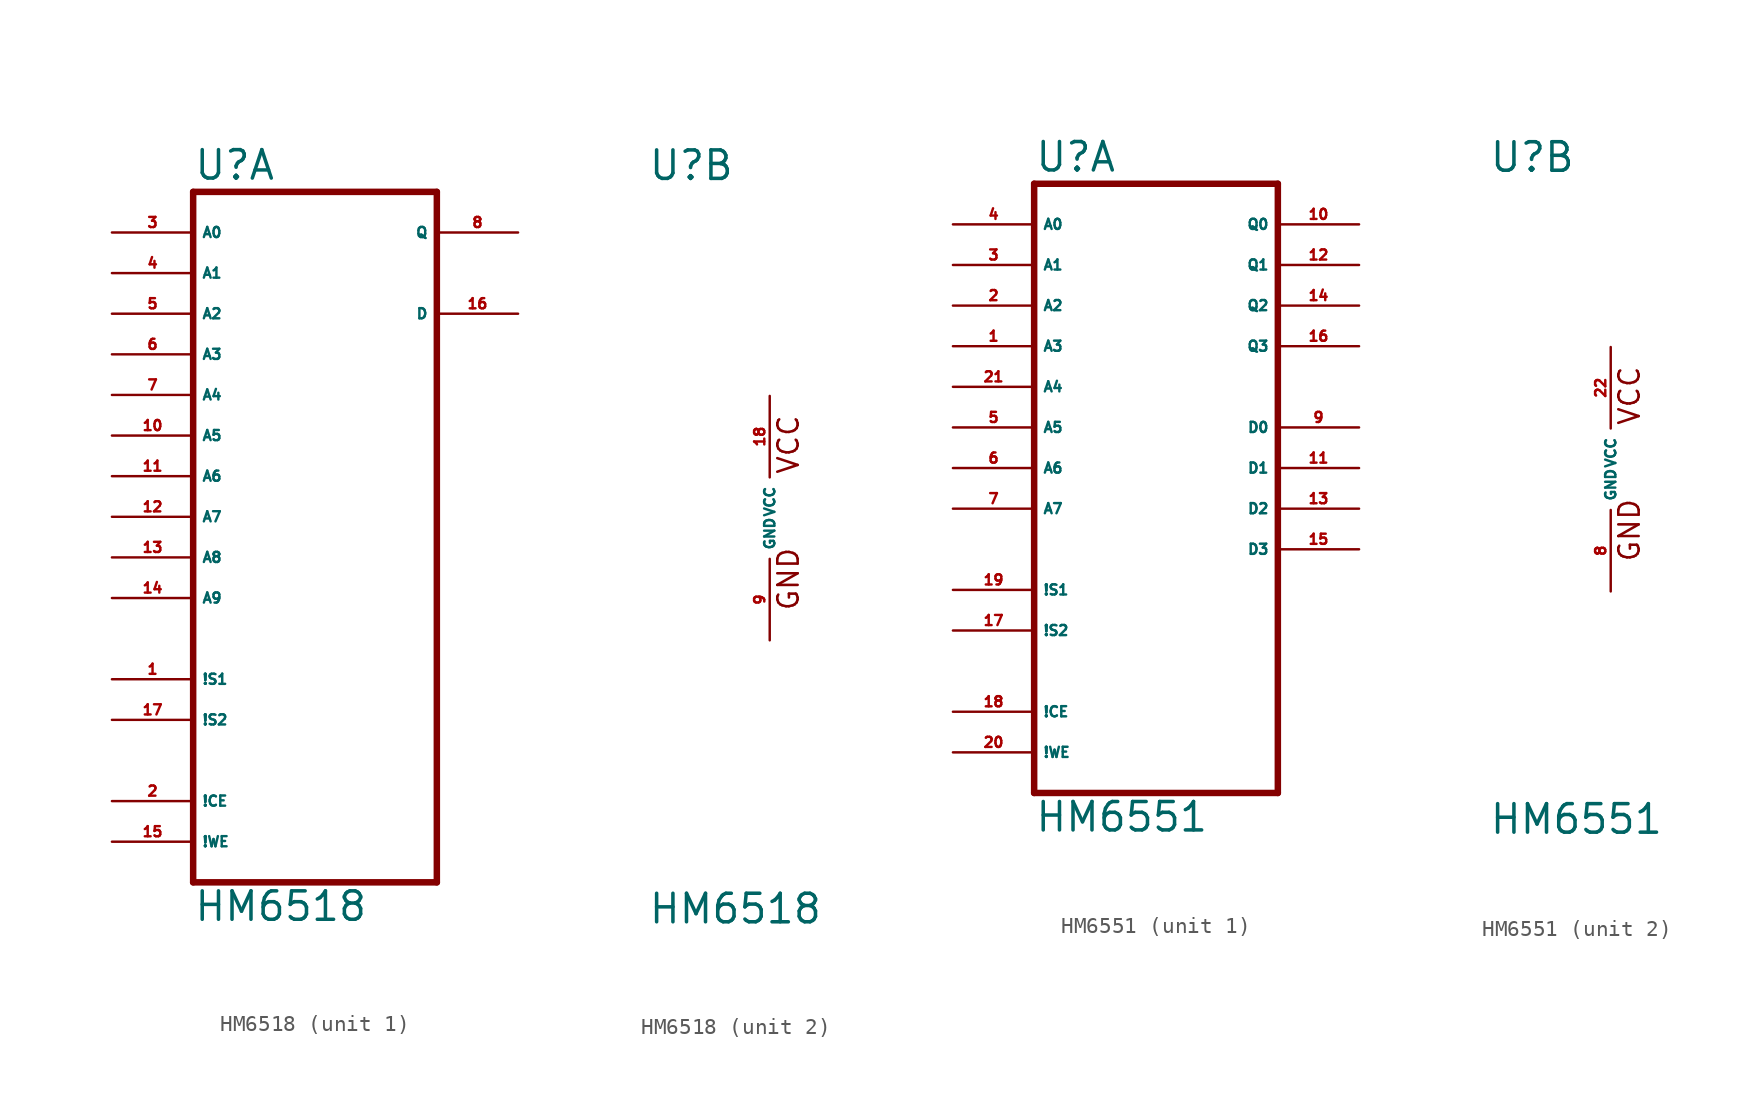
<source format=kicad_sym>
(kicad_symbol_lib
  (version 20220914)
  (generator Eagle2Kicad)
  (symbol "HM6518"
    (property "Reference" "U"
      (at -7.62 20.955 0)
      (effects (font (size 1.778 1.778) (thickness 0.22)) (justify left bottom)))
    (property "Value" "HM6518"
      (at -7.62 -25.4 0)
      (effects (font (size 1.778 1.778) (thickness 0.22)) (justify left bottom)))
    (symbol "HM6518_1_0"
      (polyline (pts (xy -7.62 -22.86) (xy 7.62 -22.86)) (stroke (width 0.406) (type default)) (fill (type none)))
      (polyline (pts (xy 7.62 -22.86) (xy 7.62 20.32)) (stroke (width 0.406) (type default)) (fill (type none)))
      (polyline (pts (xy 7.62 20.32) (xy -7.62 20.32)) (stroke (width 0.406) (type default)) (fill (type none)))
      (polyline (pts (xy -7.62 20.32) (xy -7.62 -22.86)) (stroke (width 0.406) (type default)) (fill (type none)))
      (pin input line (at -12.7 -10.16 0) (length 5.08) (name "!S1" (effects (font (size 0.635 0.635) (thickness 0.08)) (justify left bottom))) (number "1" (effects (font (size 0.635 0.635) (thickness 0.08)) (justify left bottom))))
      (pin input line (at -12.7 -17.78 0) (length 5.08) (name "!CE" (effects (font (size 0.635 0.635) (thickness 0.08)) (justify left bottom))) (number "2" (effects (font (size 0.635 0.635) (thickness 0.08)) (justify left bottom))))
      (pin input line (at -12.7 17.78 0) (length 5.08) (name "A0" (effects (font (size 0.635 0.635) (thickness 0.08)) (justify left bottom))) (number "3" (effects (font (size 0.635 0.635) (thickness 0.08)) (justify left bottom))))
      (pin input line (at -12.7 15.24 0) (length 5.08) (name "A1" (effects (font (size 0.635 0.635) (thickness 0.08)) (justify left bottom))) (number "4" (effects (font (size 0.635 0.635) (thickness 0.08)) (justify left bottom))))
      (pin input line (at -12.7 12.7 0) (length 5.08) (name "A2" (effects (font (size 0.635 0.635) (thickness 0.08)) (justify left bottom))) (number "5" (effects (font (size 0.635 0.635) (thickness 0.08)) (justify left bottom))))
      (pin input line (at -12.7 10.16 0) (length 5.08) (name "A3" (effects (font (size 0.635 0.635) (thickness 0.08)) (justify left bottom))) (number "6" (effects (font (size 0.635 0.635) (thickness 0.08)) (justify left bottom))))
      (pin input line (at -12.7 7.62 0) (length 5.08) (name "A4" (effects (font (size 0.635 0.635) (thickness 0.08)) (justify left bottom))) (number "7" (effects (font (size 0.635 0.635) (thickness 0.08)) (justify left bottom))))
      (pin tri_state line (at 12.7 17.78 180) (length 5.08) (name "Q" (effects (font (size 0.635 0.635) (thickness 0.08)) (justify left bottom))) (number "8" (effects (font (size 0.635 0.635) (thickness 0.08)) (justify left bottom))))
      (pin input line (at -12.7 5.08 0) (length 5.08) (name "A5" (effects (font (size 0.635 0.635) (thickness 0.08)) (justify left bottom))) (number "10" (effects (font (size 0.635 0.635) (thickness 0.08)) (justify left bottom))))
      (pin input line (at -12.7 2.54 0) (length 5.08) (name "A6" (effects (font (size 0.635 0.635) (thickness 0.08)) (justify left bottom))) (number "11" (effects (font (size 0.635 0.635) (thickness 0.08)) (justify left bottom))))
      (pin input line (at -12.7 0 0) (length 5.08) (name "A7" (effects (font (size 0.635 0.635) (thickness 0.08)) (justify left bottom))) (number "12" (effects (font (size 0.635 0.635) (thickness 0.08)) (justify left bottom))))
      (pin input line (at -12.7 -2.54 0) (length 5.08) (name "A8" (effects (font (size 0.635 0.635) (thickness 0.08)) (justify left bottom))) (number "13" (effects (font (size 0.635 0.635) (thickness 0.08)) (justify left bottom))))
      (pin input line (at -12.7 -5.08 0) (length 5.08) (name "A9" (effects (font (size 0.635 0.635) (thickness 0.08)) (justify left bottom))) (number "14" (effects (font (size 0.635 0.635) (thickness 0.08)) (justify left bottom))))
      (pin input line (at -12.7 -20.32 0) (length 5.08) (name "!WE" (effects (font (size 0.635 0.635) (thickness 0.08)) (justify left bottom))) (number "15" (effects (font (size 0.635 0.635) (thickness 0.08)) (justify left bottom))))
      (pin input line (at 12.7 12.7 180) (length 5.08) (name "D" (effects (font (size 0.635 0.635) (thickness 0.08)) (justify left bottom))) (number "16" (effects (font (size 0.635 0.635) (thickness 0.08)) (justify left bottom))))
      (pin input line (at -12.7 -12.7 0) (length 5.08) (name "!S2" (effects (font (size 0.635 0.635) (thickness 0.08)) (justify left bottom))) (number "17" (effects (font (size 0.635 0.635) (thickness 0.08)) (justify left bottom)))))
    (symbol "HM6518_2_0"
      (text "GND" (at 1.905 -5.842 900) (effects (font (size 1.27 1.27) (thickness 0.16)) (justify left bottom)))
      (text "VCC" (at 1.905 2.667 900) (effects (font (size 1.27 1.27) (thickness 0.16)) (justify left bottom)))
      (pin unspecified line (at 0 -7.62 90) (length 5.08) (name "GND" (effects (font (size 0.635 0.635) (thickness 0.08)) (justify left bottom))) (number "9" (effects (font (size 0.635 0.635) (thickness 0.08)) (justify left bottom))))
      (pin unspecified line (at 0 7.62 270) (length 5.08) (name "VCC" (effects (font (size 0.635 0.635) (thickness 0.08)) (justify left bottom))) (number "18" (effects (font (size 0.635 0.635) (thickness 0.08)) (justify left bottom))))))
  (symbol "HM6551"
    (property "Reference" "U"
      (at -7.62 18.415 0)
      (effects (font (size 1.778 1.778) (thickness 0.22)) (justify left bottom)))
    (property "Value" "HM6551"
      (at -7.62 -22.86 0)
      (effects (font (size 1.778 1.778) (thickness 0.22)) (justify left bottom)))
    (symbol "HM6551_1_0"
      (polyline (pts (xy -7.62 -20.32) (xy 7.62 -20.32)) (stroke (width 0.406) (type default)) (fill (type none)))
      (polyline (pts (xy 7.62 -20.32) (xy 7.62 17.78)) (stroke (width 0.406) (type default)) (fill (type none)))
      (polyline (pts (xy 7.62 17.78) (xy -7.62 17.78)) (stroke (width 0.406) (type default)) (fill (type none)))
      (polyline (pts (xy -7.62 17.78) (xy -7.62 -20.32)) (stroke (width 0.406) (type default)) (fill (type none)))
      (pin input line (at -12.7 7.62 0) (length 5.08) (name "A3" (effects (font (size 0.635 0.635) (thickness 0.08)) (justify left bottom))) (number "1" (effects (font (size 0.635 0.635) (thickness 0.08)) (justify left bottom))))
      (pin input line (at -12.7 10.16 0) (length 5.08) (name "A2" (effects (font (size 0.635 0.635) (thickness 0.08)) (justify left bottom))) (number "2" (effects (font (size 0.635 0.635) (thickness 0.08)) (justify left bottom))))
      (pin input line (at -12.7 12.7 0) (length 5.08) (name "A1" (effects (font (size 0.635 0.635) (thickness 0.08)) (justify left bottom))) (number "3" (effects (font (size 0.635 0.635) (thickness 0.08)) (justify left bottom))))
      (pin input line (at -12.7 15.24 0) (length 5.08) (name "A0" (effects (font (size 0.635 0.635) (thickness 0.08)) (justify left bottom))) (number "4" (effects (font (size 0.635 0.635) (thickness 0.08)) (justify left bottom))))
      (pin input line (at -12.7 2.54 0) (length 5.08) (name "A5" (effects (font (size 0.635 0.635) (thickness 0.08)) (justify left bottom))) (number "5" (effects (font (size 0.635 0.635) (thickness 0.08)) (justify left bottom))))
      (pin input line (at -12.7 0 0) (length 5.08) (name "A6" (effects (font (size 0.635 0.635) (thickness 0.08)) (justify left bottom))) (number "6" (effects (font (size 0.635 0.635) (thickness 0.08)) (justify left bottom))))
      (pin input line (at -12.7 -2.54 0) (length 5.08) (name "A7" (effects (font (size 0.635 0.635) (thickness 0.08)) (justify left bottom))) (number "7" (effects (font (size 0.635 0.635) (thickness 0.08)) (justify left bottom))))
      (pin input line (at 12.7 2.54 180) (length 5.08) (name "D0" (effects (font (size 0.635 0.635) (thickness 0.08)) (justify left bottom))) (number "9" (effects (font (size 0.635 0.635) (thickness 0.08)) (justify left bottom))))
      (pin tri_state line (at 12.7 15.24 180) (length 5.08) (name "Q0" (effects (font (size 0.635 0.635) (thickness 0.08)) (justify left bottom))) (number "10" (effects (font (size 0.635 0.635) (thickness 0.08)) (justify left bottom))))
      (pin input line (at 12.7 0 180) (length 5.08) (name "D1" (effects (font (size 0.635 0.635) (thickness 0.08)) (justify left bottom))) (number "11" (effects (font (size 0.635 0.635) (thickness 0.08)) (justify left bottom))))
      (pin tri_state line (at 12.7 12.7 180) (length 5.08) (name "Q1" (effects (font (size 0.635 0.635) (thickness 0.08)) (justify left bottom))) (number "12" (effects (font (size 0.635 0.635) (thickness 0.08)) (justify left bottom))))
      (pin input line (at 12.7 -2.54 180) (length 5.08) (name "D2" (effects (font (size 0.635 0.635) (thickness 0.08)) (justify left bottom))) (number "13" (effects (font (size 0.635 0.635) (thickness 0.08)) (justify left bottom))))
      (pin tri_state line (at 12.7 10.16 180) (length 5.08) (name "Q2" (effects (font (size 0.635 0.635) (thickness 0.08)) (justify left bottom))) (number "14" (effects (font (size 0.635 0.635) (thickness 0.08)) (justify left bottom))))
      (pin input line (at 12.7 -5.08 180) (length 5.08) (name "D3" (effects (font (size 0.635 0.635) (thickness 0.08)) (justify left bottom))) (number "15" (effects (font (size 0.635 0.635) (thickness 0.08)) (justify left bottom))))
      (pin tri_state line (at 12.7 7.62 180) (length 5.08) (name "Q3" (effects (font (size 0.635 0.635) (thickness 0.08)) (justify left bottom))) (number "16" (effects (font (size 0.635 0.635) (thickness 0.08)) (justify left bottom))))
      (pin input line (at -12.7 -10.16 0) (length 5.08) (name "!S2" (effects (font (size 0.635 0.635) (thickness 0.08)) (justify left bottom))) (number "17" (effects (font (size 0.635 0.635) (thickness 0.08)) (justify left bottom))))
      (pin input line (at -12.7 -15.24 0) (length 5.08) (name "!CE" (effects (font (size 0.635 0.635) (thickness 0.08)) (justify left bottom))) (number "18" (effects (font (size 0.635 0.635) (thickness 0.08)) (justify left bottom))))
      (pin input line (at -12.7 -7.62 0) (length 5.08) (name "!S1" (effects (font (size 0.635 0.635) (thickness 0.08)) (justify left bottom))) (number "19" (effects (font (size 0.635 0.635) (thickness 0.08)) (justify left bottom))))
      (pin input line (at -12.7 -17.78 0) (length 5.08) (name "!WE" (effects (font (size 0.635 0.635) (thickness 0.08)) (justify left bottom))) (number "20" (effects (font (size 0.635 0.635) (thickness 0.08)) (justify left bottom))))
      (pin input line (at -12.7 5.08 0) (length 5.08) (name "A4" (effects (font (size 0.635 0.635) (thickness 0.08)) (justify left bottom))) (number "21" (effects (font (size 0.635 0.635) (thickness 0.08)) (justify left bottom)))))
    (symbol "HM6551_2_0"
      (text "GND" (at 1.905 -5.842 900) (effects (font (size 1.27 1.27) (thickness 0.16)) (justify left bottom)))
      (text "VCC" (at 1.905 2.667 900) (effects (font (size 1.27 1.27) (thickness 0.16)) (justify left bottom)))
      (pin unspecified line (at 0 -7.62 90) (length 5.08) (name "GND" (effects (font (size 0.635 0.635) (thickness 0.08)) (justify left bottom))) (number "8" (effects (font (size 0.635 0.635) (thickness 0.08)) (justify left bottom))))
      (pin unspecified line (at 0 7.62 270) (length 5.08) (name "VCC" (effects (font (size 0.635 0.635) (thickness 0.08)) (justify left bottom))) (number "22" (effects (font (size 0.635 0.635) (thickness 0.08)) (justify left bottom)))))))
</source>
